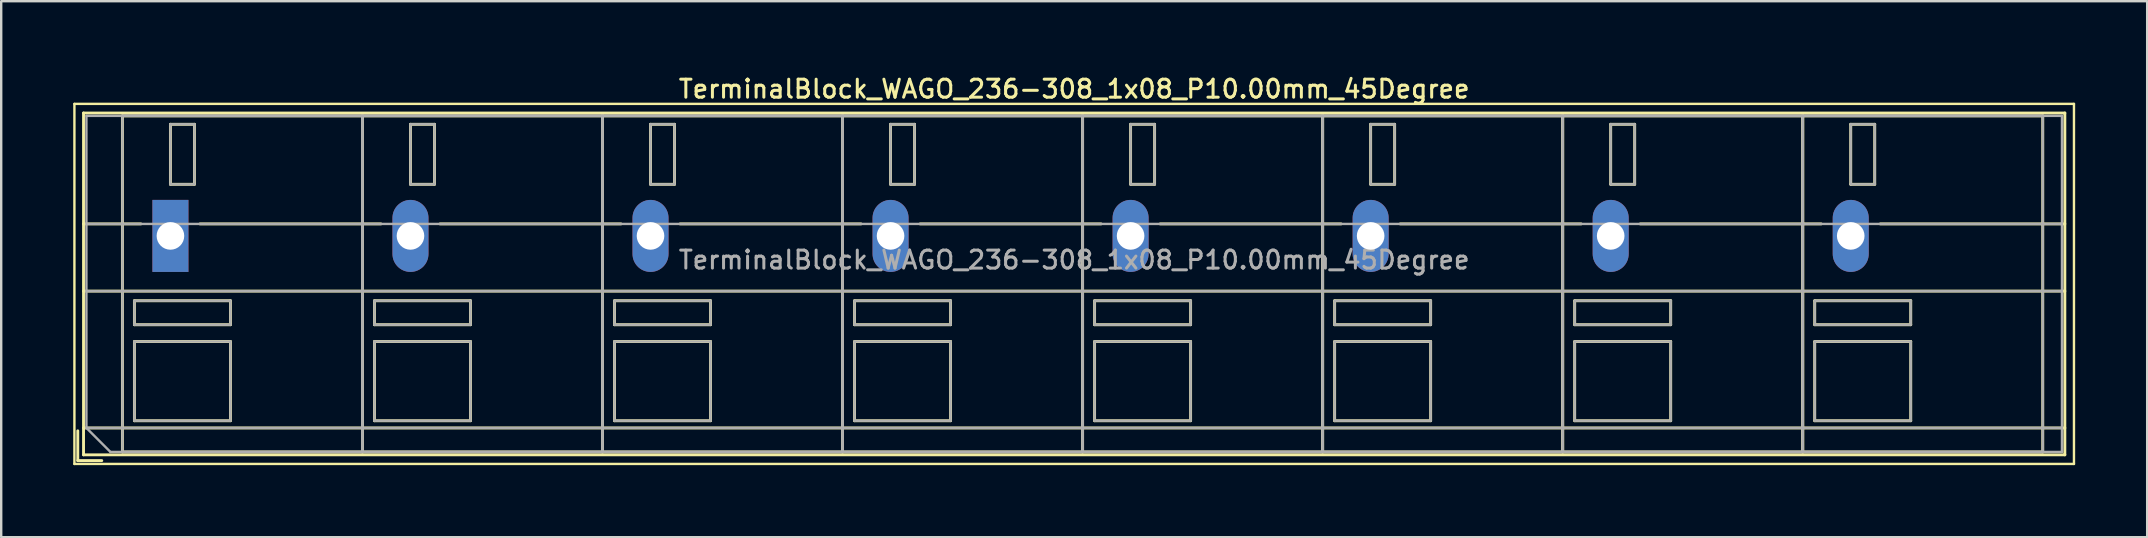
<source format=kicad_pcb>
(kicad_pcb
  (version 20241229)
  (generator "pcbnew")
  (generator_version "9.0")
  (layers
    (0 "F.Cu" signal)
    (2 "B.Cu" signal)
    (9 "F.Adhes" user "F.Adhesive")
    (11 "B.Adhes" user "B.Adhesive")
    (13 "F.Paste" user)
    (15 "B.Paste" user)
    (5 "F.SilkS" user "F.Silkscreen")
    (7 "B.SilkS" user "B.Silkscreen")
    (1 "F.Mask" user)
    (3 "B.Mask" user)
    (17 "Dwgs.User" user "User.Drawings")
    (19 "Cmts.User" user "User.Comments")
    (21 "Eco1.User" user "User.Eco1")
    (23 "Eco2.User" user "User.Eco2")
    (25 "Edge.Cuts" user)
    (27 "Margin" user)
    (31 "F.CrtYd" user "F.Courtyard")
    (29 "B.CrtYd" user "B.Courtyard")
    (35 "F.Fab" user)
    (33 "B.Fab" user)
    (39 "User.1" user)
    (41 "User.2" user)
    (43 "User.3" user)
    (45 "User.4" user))
  (footprint "TerminalBlock_WAGO_236-308_1x08_P10.00mm_45Degree"
    (layer "F.Cu")
    (at 4.05 6.778)
    (property "Reference" "TerminalBlock_WAGO_236-308_1x08_P10.00mm_45Degree" (at 37.65 -6.12 0) (layer "F.SilkS") (effects (font (size 0.75 0.75) (thickness 0.125))))
    (attr through_hole)
    (fp_line (start -4 -5.5) (end -4 9.5) (stroke (width 0.1) (type solid)) (layer "F.SilkS"))
    (fp_line (start -4 9.5) (end 79.3 9.5) (stroke (width 0.1) (type solid)) (layer "F.SilkS"))
    (fp_line (start -3.86 8.12) (end -3.86 9.36) (stroke (width 0.12) (type solid)) (layer "F.SilkS"))
    (fp_line (start -3.86 9.36) (end -2.86 9.36) (stroke (width 0.12) (type solid)) (layer "F.SilkS"))
    (fp_line (start -3.62 -5.12) (end -3.62 9.12) (stroke (width 0.12) (type solid)) (layer "F.SilkS"))
    (fp_line (start -3.62 -5.12) (end 78.92 -5.12) (stroke (width 0.12) (type solid)) (layer "F.SilkS"))
    (fp_line (start -3.62 -0.5) (end -1.23 -0.5) (stroke (width 0.12) (type solid)) (layer "F.SilkS"))
    (fp_line (start -3.62 2.3) (end 78.92 2.3) (stroke (width 0.12) (type solid)) (layer "F.SilkS"))
    (fp_line (start -3.62 8) (end 78.92 8) (stroke (width 0.12) (type solid)) (layer "F.SilkS"))
    (fp_line (start -3.62 9.12) (end 78.92 9.12) (stroke (width 0.12) (type solid)) (layer "F.SilkS"))
    (fp_line (start -2 -5) (end -2 9) (stroke (width 0.12) (type solid)) (layer "F.SilkS"))
    (fp_line (start -2 -5) (end 8 -5) (stroke (width 0.12) (type solid)) (layer "F.SilkS"))
    (fp_line (start -2 9) (end 8 9) (stroke (width 0.12) (type solid)) (layer "F.SilkS"))
    (fp_line (start -1.5 2.7) (end -1.5 3.7) (stroke (width 0.12) (type solid)) (layer "F.SilkS"))
    (fp_line (start -1.5 2.7) (end 2.5 2.7) (stroke (width 0.12) (type solid)) (layer "F.SilkS"))
    (fp_line (start -1.5 3.7) (end 2.5 3.7) (stroke (width 0.12) (type solid)) (layer "F.SilkS"))
    (fp_line (start -1.5 4.4) (end -1.5 7.7) (stroke (width 0.12) (type solid)) (layer "F.SilkS"))
    (fp_line (start -1.5 4.4) (end 2.5 4.4) (stroke (width 0.12) (type solid)) (layer "F.SilkS"))
    (fp_line (start -1.5 7.7) (end 2.5 7.7) (stroke (width 0.12) (type solid)) (layer "F.SilkS"))
    (fp_line (start 0 -4.65) (end 0 -2.151) (stroke (width 0.12) (type solid)) (layer "F.SilkS"))
    (fp_line (start 0 -4.65) (end 1 -4.65) (stroke (width 0.12) (type solid)) (layer "F.SilkS"))
    (fp_line (start 0 -2.151) (end 1 -2.151) (stroke (width 0.12) (type solid)) (layer "F.SilkS"))
    (fp_line (start 1 -4.65) (end 1 -2.151) (stroke (width 0.12) (type solid)) (layer "F.SilkS"))
    (fp_line (start 1.23 -0.5) (end 8.77 -0.5) (stroke (width 0.12) (type solid)) (layer "F.SilkS"))
    (fp_line (start 2.5 2.7) (end 2.5 3.7) (stroke (width 0.12) (type solid)) (layer "F.SilkS"))
    (fp_line (start 2.5 4.4) (end 2.5 7.7) (stroke (width 0.12) (type solid)) (layer "F.SilkS"))
    (fp_line (start 8 -5) (end 8 9) (stroke (width 0.12) (type solid)) (layer "F.SilkS"))
    (fp_line (start 8 -5) (end 8 9) (stroke (width 0.12) (type solid)) (layer "F.SilkS"))
    (fp_line (start 8 -5) (end 18 -5) (stroke (width 0.12) (type solid)) (layer "F.SilkS"))
    (fp_line (start 8 9) (end 18 9) (stroke (width 0.12) (type solid)) (layer "F.SilkS"))
    (fp_line (start 8.5 2.7) (end 8.5 3.7) (stroke (width 0.12) (type solid)) (layer "F.SilkS"))
    (fp_line (start 8.5 2.7) (end 12.5 2.7) (stroke (width 0.12) (type solid)) (layer "F.SilkS"))
    (fp_line (start 8.5 3.7) (end 12.5 3.7) (stroke (width 0.12) (type solid)) (layer "F.SilkS"))
    (fp_line (start 8.5 4.4) (end 8.5 7.7) (stroke (width 0.12) (type solid)) (layer "F.SilkS"))
    (fp_line (start 8.5 4.4) (end 12.5 4.4) (stroke (width 0.12) (type solid)) (layer "F.SilkS"))
    (fp_line (start 8.5 7.7) (end 12.5 7.7) (stroke (width 0.12) (type solid)) (layer "F.SilkS"))
    (fp_line (start 10 -4.65) (end 10 -2.151) (stroke (width 0.12) (type solid)) (layer "F.SilkS"))
    (fp_line (start 10 -4.65) (end 11 -4.65) (stroke (width 0.12) (type solid)) (layer "F.SilkS"))
    (fp_line (start 10 -2.151) (end 11 -2.151) (stroke (width 0.12) (type solid)) (layer "F.SilkS"))
    (fp_line (start 11 -4.65) (end 11 -2.151) (stroke (width 0.12) (type solid)) (layer "F.SilkS"))
    (fp_line (start 11.23 -0.5) (end 18.77 -0.5) (stroke (width 0.12) (type solid)) (layer "F.SilkS"))
    (fp_line (start 12.5 2.7) (end 12.5 3.7) (stroke (width 0.12) (type solid)) (layer "F.SilkS"))
    (fp_line (start 12.5 4.4) (end 12.5 7.7) (stroke (width 0.12) (type solid)) (layer "F.SilkS"))
    (fp_line (start 18 -5) (end 18 9) (stroke (width 0.12) (type solid)) (layer "F.SilkS"))
    (fp_line (start 18 -5) (end 18 9) (stroke (width 0.12) (type solid)) (layer "F.SilkS"))
    (fp_line (start 18 -5) (end 28 -5) (stroke (width 0.12) (type solid)) (layer "F.SilkS"))
    (fp_line (start 18 9) (end 28 9) (stroke (width 0.12) (type solid)) (layer "F.SilkS"))
    (fp_line (start 18.5 2.7) (end 18.5 3.7) (stroke (width 0.12) (type solid)) (layer "F.SilkS"))
    (fp_line (start 18.5 2.7) (end 22.5 2.7) (stroke (width 0.12) (type solid)) (layer "F.SilkS"))
    (fp_line (start 18.5 3.7) (end 22.5 3.7) (stroke (width 0.12) (type solid)) (layer "F.SilkS"))
    (fp_line (start 18.5 4.4) (end 18.5 7.7) (stroke (width 0.12) (type solid)) (layer "F.SilkS"))
    (fp_line (start 18.5 4.4) (end 22.5 4.4) (stroke (width 0.12) (type solid)) (layer "F.SilkS"))
    (fp_line (start 18.5 7.7) (end 22.5 7.7) (stroke (width 0.12) (type solid)) (layer "F.SilkS"))
    (fp_line (start 20 -4.65) (end 20 -2.151) (stroke (width 0.12) (type solid)) (layer "F.SilkS"))
    (fp_line (start 20 -4.65) (end 21 -4.65) (stroke (width 0.12) (type solid)) (layer "F.SilkS"))
    (fp_line (start 20 -2.151) (end 21 -2.151) (stroke (width 0.12) (type solid)) (layer "F.SilkS"))
    (fp_line (start 21 -4.65) (end 21 -2.151) (stroke (width 0.12) (type solid)) (layer "F.SilkS"))
    (fp_line (start 21.23 -0.5) (end 28.77 -0.5) (stroke (width 0.12) (type solid)) (layer "F.SilkS"))
    (fp_line (start 22.5 2.7) (end 22.5 3.7) (stroke (width 0.12) (type solid)) (layer "F.SilkS"))
    (fp_line (start 22.5 4.4) (end 22.5 7.7) (stroke (width 0.12) (type solid)) (layer "F.SilkS"))
    (fp_line (start 28 -5) (end 28 9) (stroke (width 0.12) (type solid)) (layer "F.SilkS"))
    (fp_line (start 28 -5) (end 28 9) (stroke (width 0.12) (type solid)) (layer "F.SilkS"))
    (fp_line (start 28 -5) (end 38 -5) (stroke (width 0.12) (type solid)) (layer "F.SilkS"))
    (fp_line (start 28 9) (end 38 9) (stroke (width 0.12) (type solid)) (layer "F.SilkS"))
    (fp_line (start 28.5 2.7) (end 28.5 3.7) (stroke (width 0.12) (type solid)) (layer "F.SilkS"))
    (fp_line (start 28.5 2.7) (end 32.5 2.7) (stroke (width 0.12) (type solid)) (layer "F.SilkS"))
    (fp_line (start 28.5 3.7) (end 32.5 3.7) (stroke (width 0.12) (type solid)) (layer "F.SilkS"))
    (fp_line (start 28.5 4.4) (end 28.5 7.7) (stroke (width 0.12) (type solid)) (layer "F.SilkS"))
    (fp_line (start 28.5 4.4) (end 32.5 4.4) (stroke (width 0.12) (type solid)) (layer "F.SilkS"))
    (fp_line (start 28.5 7.7) (end 32.5 7.7) (stroke (width 0.12) (type solid)) (layer "F.SilkS"))
    (fp_line (start 30 -4.65) (end 30 -2.151) (stroke (width 0.12) (type solid)) (layer "F.SilkS"))
    (fp_line (start 30 -4.65) (end 31 -4.65) (stroke (width 0.12) (type solid)) (layer "F.SilkS"))
    (fp_line (start 30 -2.151) (end 31 -2.151) (stroke (width 0.12) (type solid)) (layer "F.SilkS"))
    (fp_line (start 31 -4.65) (end 31 -2.151) (stroke (width 0.12) (type solid)) (layer "F.SilkS"))
    (fp_line (start 31.23 -0.5) (end 38.77 -0.5) (stroke (width 0.12) (type solid)) (layer "F.SilkS"))
    (fp_line (start 32.5 2.7) (end 32.5 3.7) (stroke (width 0.12) (type solid)) (layer "F.SilkS"))
    (fp_line (start 32.5 4.4) (end 32.5 7.7) (stroke (width 0.12) (type solid)) (layer "F.SilkS"))
    (fp_line (start 38 -5) (end 38 9) (stroke (width 0.12) (type solid)) (layer "F.SilkS"))
    (fp_line (start 38 -5) (end 38 9) (stroke (width 0.12) (type solid)) (layer "F.SilkS"))
    (fp_line (start 38 -5) (end 48 -5) (stroke (width 0.12) (type solid)) (layer "F.SilkS"))
    (fp_line (start 38 9) (end 48 9) (stroke (width 0.12) (type solid)) (layer "F.SilkS"))
    (fp_line (start 38.5 2.7) (end 38.5 3.7) (stroke (width 0.12) (type solid)) (layer "F.SilkS"))
    (fp_line (start 38.5 2.7) (end 42.5 2.7) (stroke (width 0.12) (type solid)) (layer "F.SilkS"))
    (fp_line (start 38.5 3.7) (end 42.5 3.7) (stroke (width 0.12) (type solid)) (layer "F.SilkS"))
    (fp_line (start 38.5 4.4) (end 38.5 7.7) (stroke (width 0.12) (type solid)) (layer "F.SilkS"))
    (fp_line (start 38.5 4.4) (end 42.5 4.4) (stroke (width 0.12) (type solid)) (layer "F.SilkS"))
    (fp_line (start 38.5 7.7) (end 42.5 7.7) (stroke (width 0.12) (type solid)) (layer "F.SilkS"))
    (fp_line (start 40 -4.65) (end 40 -2.151) (stroke (width 0.12) (type solid)) (layer "F.SilkS"))
    (fp_line (start 40 -4.65) (end 41 -4.65) (stroke (width 0.12) (type solid)) (layer "F.SilkS"))
    (fp_line (start 40 -2.151) (end 41 -2.151) (stroke (width 0.12) (type solid)) (layer "F.SilkS"))
    (fp_line (start 41 -4.65) (end 41 -2.151) (stroke (width 0.12) (type solid)) (layer "F.SilkS"))
    (fp_line (start 41.23 -0.5) (end 48.77 -0.5) (stroke (width 0.12) (type solid)) (layer "F.SilkS"))
    (fp_line (start 42.5 2.7) (end 42.5 3.7) (stroke (width 0.12) (type solid)) (layer "F.SilkS"))
    (fp_line (start 42.5 4.4) (end 42.5 7.7) (stroke (width 0.12) (type solid)) (layer "F.SilkS"))
    (fp_line (start 48 -5) (end 48 9) (stroke (width 0.12) (type solid)) (layer "F.SilkS"))
    (fp_line (start 48 -5) (end 48 9) (stroke (width 0.12) (type solid)) (layer "F.SilkS"))
    (fp_line (start 48 -5) (end 58 -5) (stroke (width 0.12) (type solid)) (layer "F.SilkS"))
    (fp_line (start 48 9) (end 58 9) (stroke (width 0.12) (type solid)) (layer "F.SilkS"))
    (fp_line (start 48.5 2.7) (end 48.5 3.7) (stroke (width 0.12) (type solid)) (layer "F.SilkS"))
    (fp_line (start 48.5 2.7) (end 52.5 2.7) (stroke (width 0.12) (type solid)) (layer "F.SilkS"))
    (fp_line (start 48.5 3.7) (end 52.5 3.7) (stroke (width 0.12) (type solid)) (layer "F.SilkS"))
    (fp_line (start 48.5 4.4) (end 48.5 7.7) (stroke (width 0.12) (type solid)) (layer "F.SilkS"))
    (fp_line (start 48.5 4.4) (end 52.5 4.4) (stroke (width 0.12) (type solid)) (layer "F.SilkS"))
    (fp_line (start 48.5 7.7) (end 52.5 7.7) (stroke (width 0.12) (type solid)) (layer "F.SilkS"))
    (fp_line (start 50 -4.65) (end 50 -2.151) (stroke (width 0.12) (type solid)) (layer "F.SilkS"))
    (fp_line (start 50 -4.65) (end 51 -4.65) (stroke (width 0.12) (type solid)) (layer "F.SilkS"))
    (fp_line (start 50 -2.151) (end 51 -2.151) (stroke (width 0.12) (type solid)) (layer "F.SilkS"))
    (fp_line (start 51 -4.65) (end 51 -2.151) (stroke (width 0.12) (type solid)) (layer "F.SilkS"))
    (fp_line (start 51.23 -0.5) (end 58.77 -0.5) (stroke (width 0.12) (type solid)) (layer "F.SilkS"))
    (fp_line (start 52.5 2.7) (end 52.5 3.7) (stroke (width 0.12) (type solid)) (layer "F.SilkS"))
    (fp_line (start 52.5 4.4) (end 52.5 7.7) (stroke (width 0.12) (type solid)) (layer "F.SilkS"))
    (fp_line (start 58 -5) (end 58 9) (stroke (width 0.12) (type solid)) (layer "F.SilkS"))
    (fp_line (start 58 -5) (end 58 9) (stroke (width 0.12) (type solid)) (layer "F.SilkS"))
    (fp_line (start 58 -5) (end 68 -5) (stroke (width 0.12) (type solid)) (layer "F.SilkS"))
    (fp_line (start 58 9) (end 68 9) (stroke (width 0.12) (type solid)) (layer "F.SilkS"))
    (fp_line (start 58.5 2.7) (end 58.5 3.7) (stroke (width 0.12) (type solid)) (layer "F.SilkS"))
    (fp_line (start 58.5 2.7) (end 62.5 2.7) (stroke (width 0.12) (type solid)) (layer "F.SilkS"))
    (fp_line (start 58.5 3.7) (end 62.5 3.7) (stroke (width 0.12) (type solid)) (layer "F.SilkS"))
    (fp_line (start 58.5 4.4) (end 58.5 7.7) (stroke (width 0.12) (type solid)) (layer "F.SilkS"))
    (fp_line (start 58.5 4.4) (end 62.5 4.4) (stroke (width 0.12) (type solid)) (layer "F.SilkS"))
    (fp_line (start 58.5 7.7) (end 62.5 7.7) (stroke (width 0.12) (type solid)) (layer "F.SilkS"))
    (fp_line (start 60 -4.65) (end 60 -2.151) (stroke (width 0.12) (type solid)) (layer "F.SilkS"))
    (fp_line (start 60 -4.65) (end 61 -4.65) (stroke (width 0.12) (type solid)) (layer "F.SilkS"))
    (fp_line (start 60 -2.151) (end 61 -2.151) (stroke (width 0.12) (type solid)) (layer "F.SilkS"))
    (fp_line (start 61 -4.65) (end 61 -2.151) (stroke (width 0.12) (type solid)) (layer "F.SilkS"))
    (fp_line (start 61.23 -0.5) (end 68.77 -0.5) (stroke (width 0.12) (type solid)) (layer "F.SilkS"))
    (fp_line (start 62.5 2.7) (end 62.5 3.7) (stroke (width 0.12) (type solid)) (layer "F.SilkS"))
    (fp_line (start 62.5 4.4) (end 62.5 7.7) (stroke (width 0.12) (type solid)) (layer "F.SilkS"))
    (fp_line (start 68 -5) (end 68 9) (stroke (width 0.12) (type solid)) (layer "F.SilkS"))
    (fp_line (start 68 -5) (end 68 9) (stroke (width 0.12) (type solid)) (layer "F.SilkS"))
    (fp_line (start 68 -5) (end 78 -5) (stroke (width 0.12) (type solid)) (layer "F.SilkS"))
    (fp_line (start 68 9) (end 78 9) (stroke (width 0.12) (type solid)) (layer "F.SilkS"))
    (fp_line (start 68.5 2.7) (end 68.5 3.7) (stroke (width 0.12) (type solid)) (layer "F.SilkS"))
    (fp_line (start 68.5 2.7) (end 72.5 2.7) (stroke (width 0.12) (type solid)) (layer "F.SilkS"))
    (fp_line (start 68.5 3.7) (end 72.5 3.7) (stroke (width 0.12) (type solid)) (layer "F.SilkS"))
    (fp_line (start 68.5 4.4) (end 68.5 7.7) (stroke (width 0.12) (type solid)) (layer "F.SilkS"))
    (fp_line (start 68.5 4.4) (end 72.5 4.4) (stroke (width 0.12) (type solid)) (layer "F.SilkS"))
    (fp_line (start 68.5 7.7) (end 72.5 7.7) (stroke (width 0.12) (type solid)) (layer "F.SilkS"))
    (fp_line (start 70 -4.65) (end 70 -2.151) (stroke (width 0.12) (type solid)) (layer "F.SilkS"))
    (fp_line (start 70 -4.65) (end 71 -4.65) (stroke (width 0.12) (type solid)) (layer "F.SilkS"))
    (fp_line (start 70 -2.151) (end 71 -2.151) (stroke (width 0.12) (type solid)) (layer "F.SilkS"))
    (fp_line (start 71 -4.65) (end 71 -2.151) (stroke (width 0.12) (type solid)) (layer "F.SilkS"))
    (fp_line (start 71.23 -0.5) (end 78.92 -0.5) (stroke (width 0.12) (type solid)) (layer "F.SilkS"))
    (fp_line (start 72.5 2.7) (end 72.5 3.7) (stroke (width 0.12) (type solid)) (layer "F.SilkS"))
    (fp_line (start 72.5 4.4) (end 72.5 7.7) (stroke (width 0.12) (type solid)) (layer "F.SilkS"))
    (fp_line (start 78 -5) (end 78 9) (stroke (width 0.12) (type solid)) (layer "F.SilkS"))
    (fp_line (start 78.92 -5.12) (end 78.92 9.12) (stroke (width 0.12) (type solid)) (layer "F.SilkS"))
    (fp_line (start 79.3 -5.5) (end -4 -5.5) (stroke (width 0.1) (type solid)) (layer "F.SilkS"))
    (fp_line (start 79.3 9.5) (end 79.3 -5.5) (stroke (width 0.1) (type solid)) (layer "F.SilkS"))
    (fp_line (start -3.5 -5) (end 78.8 -5) (stroke (width 0.1) (type solid)) (layer "F.Fab"))
    (fp_line (start -3.5 -0.5) (end 78.8 -0.5) (stroke (width 0.1) (type solid)) (layer "F.Fab"))
    (fp_line (start -3.5 2.3) (end 78.8 2.3) (stroke (width 0.1) (type solid)) (layer "F.Fab"))
    (fp_line (start -3.5 8) (end -3.5 -5) (stroke (width 0.1) (type solid)) (layer "F.Fab"))
    (fp_line (start -3.5 8) (end 78.8 8) (stroke (width 0.1) (type solid)) (layer "F.Fab"))
    (fp_line (start -2.5 9) (end -3.5 8) (stroke (width 0.1) (type solid)) (layer "F.Fab"))
    (fp_line (start -2 -5) (end -2 9) (stroke (width 0.1) (type solid)) (layer "F.Fab"))
    (fp_line (start -2 9) (end 8 9) (stroke (width 0.1) (type solid)) (layer "F.Fab"))
    (fp_line (start -1.5 2.7) (end -1.5 3.7) (stroke (width 0.1) (type solid)) (layer "F.Fab"))
    (fp_line (start -1.5 3.7) (end 2.5 3.7) (stroke (width 0.1) (type solid)) (layer "F.Fab"))
    (fp_line (start -1.5 4.4) (end -1.5 7.7) (stroke (width 0.1) (type solid)) (layer "F.Fab"))
    (fp_line (start -1.5 7.7) (end 2.5 7.7) (stroke (width 0.1) (type solid)) (layer "F.Fab"))
    (fp_line (start 0 -4.65) (end 0 -2.15) (stroke (width 0.1) (type solid)) (layer "F.Fab"))
    (fp_line (start 0 -2.15) (end 1 -2.15) (stroke (width 0.1) (type solid)) (layer "F.Fab"))
    (fp_line (start 1 -4.65) (end 0 -4.65) (stroke (width 0.1) (type solid)) (layer "F.Fab"))
    (fp_line (start 1 -2.15) (end 1 -4.65) (stroke (width 0.1) (type solid)) (layer "F.Fab"))
    (fp_line (start 2.5 2.7) (end -1.5 2.7) (stroke (width 0.1) (type solid)) (layer "F.Fab"))
    (fp_line (start 2.5 3.7) (end 2.5 2.7) (stroke (width 0.1) (type solid)) (layer "F.Fab"))
    (fp_line (start 2.5 4.4) (end -1.5 4.4) (stroke (width 0.1) (type solid)) (layer "F.Fab"))
    (fp_line (start 2.5 7.7) (end 2.5 4.4) (stroke (width 0.1) (type solid)) (layer "F.Fab"))
    (fp_line (start 8 -5) (end -2 -5) (stroke (width 0.1) (type solid)) (layer "F.Fab"))
    (fp_line (start 8 -5) (end 8 9) (stroke (width 0.1) (type solid)) (layer "F.Fab"))
    (fp_line (start 8 9) (end 8 -5) (stroke (width 0.1) (type solid)) (layer "F.Fab"))
    (fp_line (start 8 9) (end 18 9) (stroke (width 0.1) (type solid)) (layer "F.Fab"))
    (fp_line (start 8.5 2.7) (end 8.5 3.7) (stroke (width 0.1) (type solid)) (layer "F.Fab"))
    (fp_line (start 8.5 3.7) (end 12.5 3.7) (stroke (width 0.1) (type solid)) (layer "F.Fab"))
    (fp_line (start 8.5 4.4) (end 8.5 7.7) (stroke (width 0.1) (type solid)) (layer "F.Fab"))
    (fp_line (start 8.5 7.7) (end 12.5 7.7) (stroke (width 0.1) (type solid)) (layer "F.Fab"))
    (fp_line (start 10 -4.65) (end 10 -2.15) (stroke (width 0.1) (type solid)) (layer "F.Fab"))
    (fp_line (start 10 -2.15) (end 11 -2.15) (stroke (width 0.1) (type solid)) (layer "F.Fab"))
    (fp_line (start 11 -4.65) (end 10 -4.65) (stroke (width 0.1) (type solid)) (layer "F.Fab"))
    (fp_line (start 11 -2.15) (end 11 -4.65) (stroke (width 0.1) (type solid)) (layer "F.Fab"))
    (fp_line (start 12.5 2.7) (end 8.5 2.7) (stroke (width 0.1) (type solid)) (layer "F.Fab"))
    (fp_line (start 12.5 3.7) (end 12.5 2.7) (stroke (width 0.1) (type solid)) (layer "F.Fab"))
    (fp_line (start 12.5 4.4) (end 8.5 4.4) (stroke (width 0.1) (type solid)) (layer "F.Fab"))
    (fp_line (start 12.5 7.7) (end 12.5 4.4) (stroke (width 0.1) (type solid)) (layer "F.Fab"))
    (fp_line (start 18 -5) (end 8 -5) (stroke (width 0.1) (type solid)) (layer "F.Fab"))
    (fp_line (start 18 -5) (end 18 9) (stroke (width 0.1) (type solid)) (layer "F.Fab"))
    (fp_line (start 18 9) (end 18 -5) (stroke (width 0.1) (type solid)) (layer "F.Fab"))
    (fp_line (start 18 9) (end 28 9) (stroke (width 0.1) (type solid)) (layer "F.Fab"))
    (fp_line (start 18.5 2.7) (end 18.5 3.7) (stroke (width 0.1) (type solid)) (layer "F.Fab"))
    (fp_line (start 18.5 3.7) (end 22.5 3.7) (stroke (width 0.1) (type solid)) (layer "F.Fab"))
    (fp_line (start 18.5 4.4) (end 18.5 7.7) (stroke (width 0.1) (type solid)) (layer "F.Fab"))
    (fp_line (start 18.5 7.7) (end 22.5 7.7) (stroke (width 0.1) (type solid)) (layer "F.Fab"))
    (fp_line (start 20 -4.65) (end 20 -2.15) (stroke (width 0.1) (type solid)) (layer "F.Fab"))
    (fp_line (start 20 -2.15) (end 21 -2.15) (stroke (width 0.1) (type solid)) (layer "F.Fab"))
    (fp_line (start 21 -4.65) (end 20 -4.65) (stroke (width 0.1) (type solid)) (layer "F.Fab"))
    (fp_line (start 21 -2.15) (end 21 -4.65) (stroke (width 0.1) (type solid)) (layer "F.Fab"))
    (fp_line (start 22.5 2.7) (end 18.5 2.7) (stroke (width 0.1) (type solid)) (layer "F.Fab"))
    (fp_line (start 22.5 3.7) (end 22.5 2.7) (stroke (width 0.1) (type solid)) (layer "F.Fab"))
    (fp_line (start 22.5 4.4) (end 18.5 4.4) (stroke (width 0.1) (type solid)) (layer "F.Fab"))
    (fp_line (start 22.5 7.7) (end 22.5 4.4) (stroke (width 0.1) (type solid)) (layer "F.Fab"))
    (fp_line (start 28 -5) (end 18 -5) (stroke (width 0.1) (type solid)) (layer "F.Fab"))
    (fp_line (start 28 -5) (end 28 9) (stroke (width 0.1) (type solid)) (layer "F.Fab"))
    (fp_line (start 28 9) (end 28 -5) (stroke (width 0.1) (type solid)) (layer "F.Fab"))
    (fp_line (start 28 9) (end 38 9) (stroke (width 0.1) (type solid)) (layer "F.Fab"))
    (fp_line (start 28.5 2.7) (end 28.5 3.7) (stroke (width 0.1) (type solid)) (layer "F.Fab"))
    (fp_line (start 28.5 3.7) (end 32.5 3.7) (stroke (width 0.1) (type solid)) (layer "F.Fab"))
    (fp_line (start 28.5 4.4) (end 28.5 7.7) (stroke (width 0.1) (type solid)) (layer "F.Fab"))
    (fp_line (start 28.5 7.7) (end 32.5 7.7) (stroke (width 0.1) (type solid)) (layer "F.Fab"))
    (fp_line (start 30 -4.65) (end 30 -2.15) (stroke (width 0.1) (type solid)) (layer "F.Fab"))
    (fp_line (start 30 -2.15) (end 31 -2.15) (stroke (width 0.1) (type solid)) (layer "F.Fab"))
    (fp_line (start 31 -4.65) (end 30 -4.65) (stroke (width 0.1) (type solid)) (layer "F.Fab"))
    (fp_line (start 31 -2.15) (end 31 -4.65) (stroke (width 0.1) (type solid)) (layer "F.Fab"))
    (fp_line (start 32.5 2.7) (end 28.5 2.7) (stroke (width 0.1) (type solid)) (layer "F.Fab"))
    (fp_line (start 32.5 3.7) (end 32.5 2.7) (stroke (width 0.1) (type solid)) (layer "F.Fab"))
    (fp_line (start 32.5 4.4) (end 28.5 4.4) (stroke (width 0.1) (type solid)) (layer "F.Fab"))
    (fp_line (start 32.5 7.7) (end 32.5 4.4) (stroke (width 0.1) (type solid)) (layer "F.Fab"))
    (fp_line (start 38 -5) (end 28 -5) (stroke (width 0.1) (type solid)) (layer "F.Fab"))
    (fp_line (start 38 -5) (end 38 9) (stroke (width 0.1) (type solid)) (layer "F.Fab"))
    (fp_line (start 38 9) (end 38 -5) (stroke (width 0.1) (type solid)) (layer "F.Fab"))
    (fp_line (start 38 9) (end 48 9) (stroke (width 0.1) (type solid)) (layer "F.Fab"))
    (fp_line (start 38.5 2.7) (end 38.5 3.7) (stroke (width 0.1) (type solid)) (layer "F.Fab"))
    (fp_line (start 38.5 3.7) (end 42.5 3.7) (stroke (width 0.1) (type solid)) (layer "F.Fab"))
    (fp_line (start 38.5 4.4) (end 38.5 7.7) (stroke (width 0.1) (type solid)) (layer "F.Fab"))
    (fp_line (start 38.5 7.7) (end 42.5 7.7) (stroke (width 0.1) (type solid)) (layer "F.Fab"))
    (fp_line (start 40 -4.65) (end 40 -2.15) (stroke (width 0.1) (type solid)) (layer "F.Fab"))
    (fp_line (start 40 -2.15) (end 41 -2.15) (stroke (width 0.1) (type solid)) (layer "F.Fab"))
    (fp_line (start 41 -4.65) (end 40 -4.65) (stroke (width 0.1) (type solid)) (layer "F.Fab"))
    (fp_line (start 41 -2.15) (end 41 -4.65) (stroke (width 0.1) (type solid)) (layer "F.Fab"))
    (fp_line (start 42.5 2.7) (end 38.5 2.7) (stroke (width 0.1) (type solid)) (layer "F.Fab"))
    (fp_line (start 42.5 3.7) (end 42.5 2.7) (stroke (width 0.1) (type solid)) (layer "F.Fab"))
    (fp_line (start 42.5 4.4) (end 38.5 4.4) (stroke (width 0.1) (type solid)) (layer "F.Fab"))
    (fp_line (start 42.5 7.7) (end 42.5 4.4) (stroke (width 0.1) (type solid)) (layer "F.Fab"))
    (fp_line (start 48 -5) (end 38 -5) (stroke (width 0.1) (type solid)) (layer "F.Fab"))
    (fp_line (start 48 -5) (end 48 9) (stroke (width 0.1) (type solid)) (layer "F.Fab"))
    (fp_line (start 48 9) (end 48 -5) (stroke (width 0.1) (type solid)) (layer "F.Fab"))
    (fp_line (start 48 9) (end 58 9) (stroke (width 0.1) (type solid)) (layer "F.Fab"))
    (fp_line (start 48.5 2.7) (end 48.5 3.7) (stroke (width 0.1) (type solid)) (layer "F.Fab"))
    (fp_line (start 48.5 3.7) (end 52.5 3.7) (stroke (width 0.1) (type solid)) (layer "F.Fab"))
    (fp_line (start 48.5 4.4) (end 48.5 7.7) (stroke (width 0.1) (type solid)) (layer "F.Fab"))
    (fp_line (start 48.5 7.7) (end 52.5 7.7) (stroke (width 0.1) (type solid)) (layer "F.Fab"))
    (fp_line (start 50 -4.65) (end 50 -2.15) (stroke (width 0.1) (type solid)) (layer "F.Fab"))
    (fp_line (start 50 -2.15) (end 51 -2.15) (stroke (width 0.1) (type solid)) (layer "F.Fab"))
    (fp_line (start 51 -4.65) (end 50 -4.65) (stroke (width 0.1) (type solid)) (layer "F.Fab"))
    (fp_line (start 51 -2.15) (end 51 -4.65) (stroke (width 0.1) (type solid)) (layer "F.Fab"))
    (fp_line (start 52.5 2.7) (end 48.5 2.7) (stroke (width 0.1) (type solid)) (layer "F.Fab"))
    (fp_line (start 52.5 3.7) (end 52.5 2.7) (stroke (width 0.1) (type solid)) (layer "F.Fab"))
    (fp_line (start 52.5 4.4) (end 48.5 4.4) (stroke (width 0.1) (type solid)) (layer "F.Fab"))
    (fp_line (start 52.5 7.7) (end 52.5 4.4) (stroke (width 0.1) (type solid)) (layer "F.Fab"))
    (fp_line (start 58 -5) (end 48 -5) (stroke (width 0.1) (type solid)) (layer "F.Fab"))
    (fp_line (start 58 -5) (end 58 9) (stroke (width 0.1) (type solid)) (layer "F.Fab"))
    (fp_line (start 58 9) (end 58 -5) (stroke (width 0.1) (type solid)) (layer "F.Fab"))
    (fp_line (start 58 9) (end 68 9) (stroke (width 0.1) (type solid)) (layer "F.Fab"))
    (fp_line (start 58.5 2.7) (end 58.5 3.7) (stroke (width 0.1) (type solid)) (layer "F.Fab"))
    (fp_line (start 58.5 3.7) (end 62.5 3.7) (stroke (width 0.1) (type solid)) (layer "F.Fab"))
    (fp_line (start 58.5 4.4) (end 58.5 7.7) (stroke (width 0.1) (type solid)) (layer "F.Fab"))
    (fp_line (start 58.5 7.7) (end 62.5 7.7) (stroke (width 0.1) (type solid)) (layer "F.Fab"))
    (fp_line (start 60 -4.65) (end 60 -2.15) (stroke (width 0.1) (type solid)) (layer "F.Fab"))
    (fp_line (start 60 -2.15) (end 61 -2.15) (stroke (width 0.1) (type solid)) (layer "F.Fab"))
    (fp_line (start 61 -4.65) (end 60 -4.65) (stroke (width 0.1) (type solid)) (layer "F.Fab"))
    (fp_line (start 61 -2.15) (end 61 -4.65) (stroke (width 0.1) (type solid)) (layer "F.Fab"))
    (fp_line (start 62.5 2.7) (end 58.5 2.7) (stroke (width 0.1) (type solid)) (layer "F.Fab"))
    (fp_line (start 62.5 3.7) (end 62.5 2.7) (stroke (width 0.1) (type solid)) (layer "F.Fab"))
    (fp_line (start 62.5 4.4) (end 58.5 4.4) (stroke (width 0.1) (type solid)) (layer "F.Fab"))
    (fp_line (start 62.5 7.7) (end 62.5 4.4) (stroke (width 0.1) (type solid)) (layer "F.Fab"))
    (fp_line (start 68 -5) (end 58 -5) (stroke (width 0.1) (type solid)) (layer "F.Fab"))
    (fp_line (start 68 -5) (end 68 9) (stroke (width 0.1) (type solid)) (layer "F.Fab"))
    (fp_line (start 68 9) (end 68 -5) (stroke (width 0.1) (type solid)) (layer "F.Fab"))
    (fp_line (start 68 9) (end 78 9) (stroke (width 0.1) (type solid)) (layer "F.Fab"))
    (fp_line (start 68.5 2.7) (end 68.5 3.7) (stroke (width 0.1) (type solid)) (layer "F.Fab"))
    (fp_line (start 68.5 3.7) (end 72.5 3.7) (stroke (width 0.1) (type solid)) (layer "F.Fab"))
    (fp_line (start 68.5 4.4) (end 68.5 7.7) (stroke (width 0.1) (type solid)) (layer "F.Fab"))
    (fp_line (start 68.5 7.7) (end 72.5 7.7) (stroke (width 0.1) (type solid)) (layer "F.Fab"))
    (fp_line (start 70 -4.65) (end 70 -2.15) (stroke (width 0.1) (type solid)) (layer "F.Fab"))
    (fp_line (start 70 -2.15) (end 71 -2.15) (stroke (width 0.1) (type solid)) (layer "F.Fab"))
    (fp_line (start 71 -4.65) (end 70 -4.65) (stroke (width 0.1) (type solid)) (layer "F.Fab"))
    (fp_line (start 71 -2.15) (end 71 -4.65) (stroke (width 0.1) (type solid)) (layer "F.Fab"))
    (fp_line (start 72.5 2.7) (end 68.5 2.7) (stroke (width 0.1) (type solid)) (layer "F.Fab"))
    (fp_line (start 72.5 3.7) (end 72.5 2.7) (stroke (width 0.1) (type solid)) (layer "F.Fab"))
    (fp_line (start 72.5 4.4) (end 68.5 4.4) (stroke (width 0.1) (type solid)) (layer "F.Fab"))
    (fp_line (start 72.5 7.7) (end 72.5 4.4) (stroke (width 0.1) (type solid)) (layer "F.Fab"))
    (fp_line (start 78 -5) (end 68 -5) (stroke (width 0.1) (type solid)) (layer "F.Fab"))
    (fp_line (start 78 9) (end 78 -5) (stroke (width 0.1) (type solid)) (layer "F.Fab"))
    (fp_line (start 78.8 -5) (end 78.8 9) (stroke (width 0.1) (type solid)) (layer "F.Fab"))
    (fp_line (start 78.8 9) (end -2.5 9) (stroke (width 0.1) (type solid)) (layer "F.Fab"))
    (fp_text user "${REFERENCE}" (at 37.65 1 0) (layer "F.Fab") (effects (font (size 0.75 0.75) (thickness 0.125))))
    (pad "1" thru_hole rect (at 0 0) (size 1.5 3) (drill 1.15) (layers "*.Cu" "*.Mask"))
    (pad "2" thru_hole oval (at 10 0) (size 1.5 3) (drill 1.15) (layers "*.Cu" "*.Mask"))
    (pad "3" thru_hole oval (at 20 0) (size 1.5 3) (drill 1.15) (layers "*.Cu" "*.Mask"))
    (pad "4" thru_hole oval (at 30 0) (size 1.5 3) (drill 1.15) (layers "*.Cu" "*.Mask"))
    (pad "5" thru_hole oval (at 40 0) (size 1.5 3) (drill 1.15) (layers "*.Cu" "*.Mask"))
    (pad "6" thru_hole oval (at 50 0) (size 1.5 3) (drill 1.15) (layers "*.Cu" "*.Mask"))
    (pad "7" thru_hole oval (at 60 0) (size 1.5 3) (drill 1.15) (layers "*.Cu" "*.Mask"))
    (pad "8" thru_hole oval (at 70 0) (size 1.5 3) (drill 1.15) (layers "*.Cu" "*.Mask")))
  (gr_rect
    (start -3 -3)
    (end 86.4 19.328)
    (stroke (width 0.1) (type default))
    (fill no)
    (layer "Edge.Cuts")))
</source>
